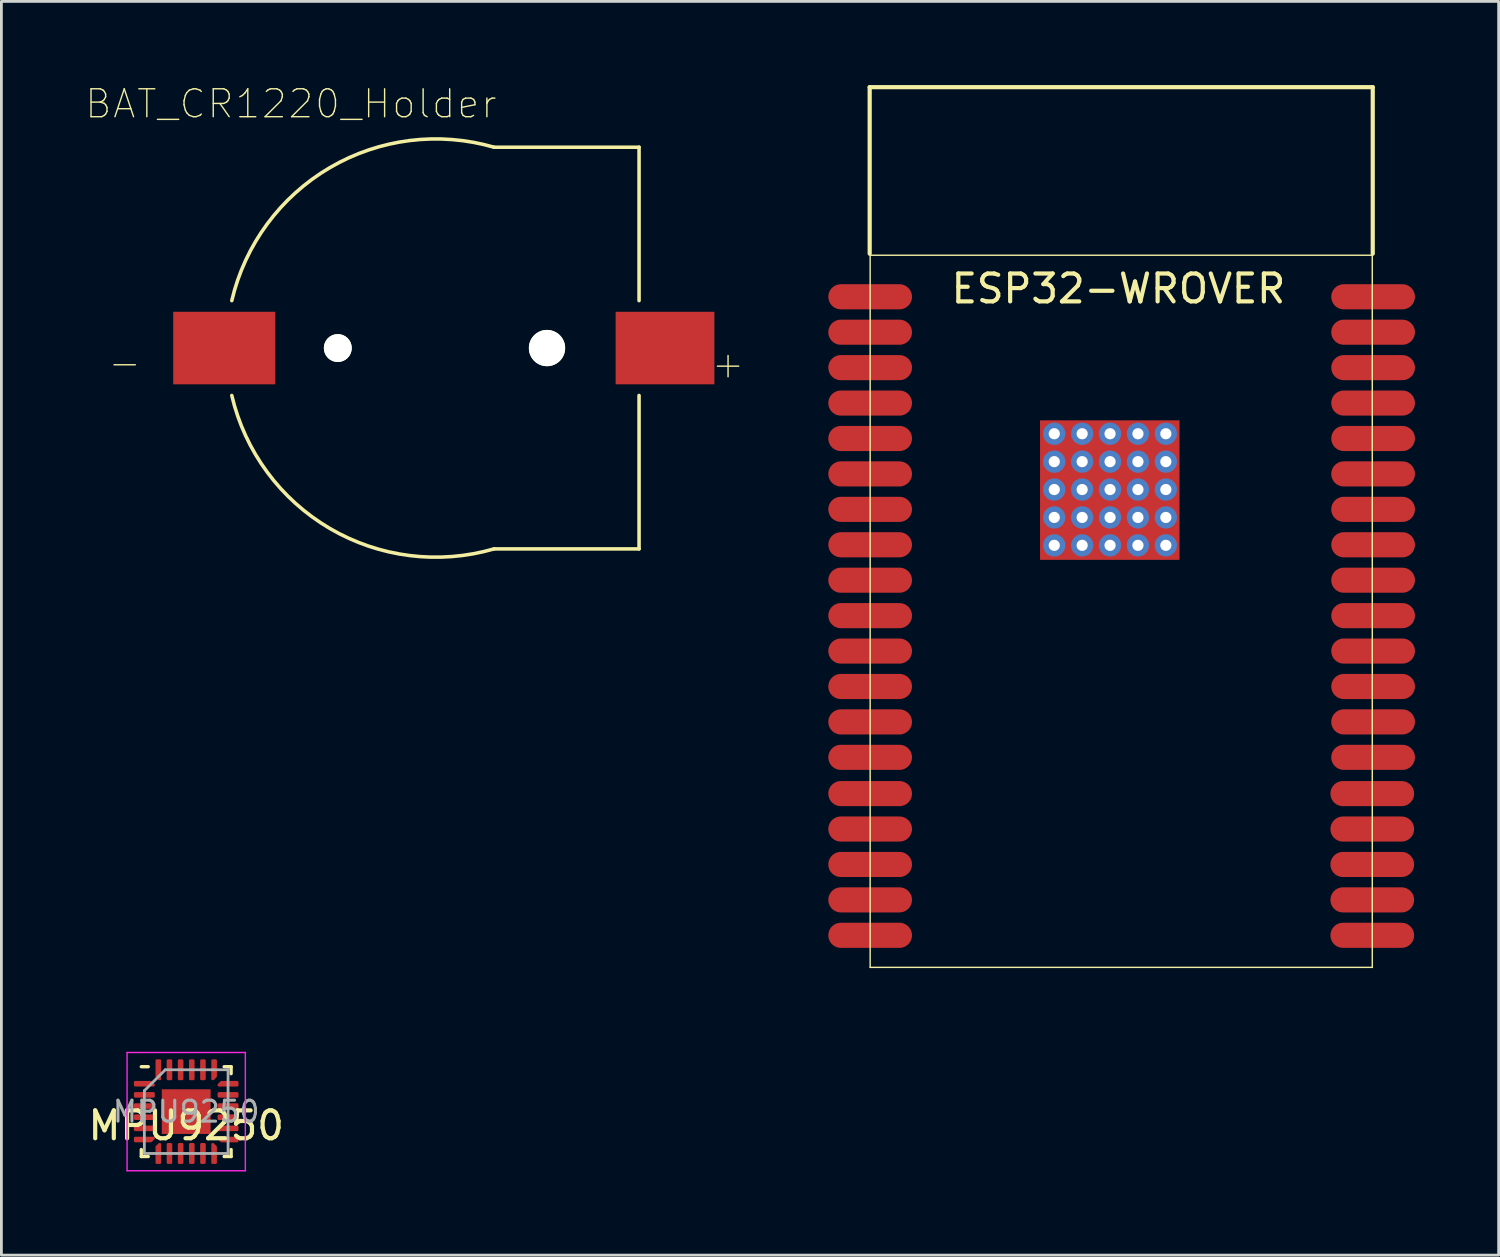
<source format=kicad_pcb>
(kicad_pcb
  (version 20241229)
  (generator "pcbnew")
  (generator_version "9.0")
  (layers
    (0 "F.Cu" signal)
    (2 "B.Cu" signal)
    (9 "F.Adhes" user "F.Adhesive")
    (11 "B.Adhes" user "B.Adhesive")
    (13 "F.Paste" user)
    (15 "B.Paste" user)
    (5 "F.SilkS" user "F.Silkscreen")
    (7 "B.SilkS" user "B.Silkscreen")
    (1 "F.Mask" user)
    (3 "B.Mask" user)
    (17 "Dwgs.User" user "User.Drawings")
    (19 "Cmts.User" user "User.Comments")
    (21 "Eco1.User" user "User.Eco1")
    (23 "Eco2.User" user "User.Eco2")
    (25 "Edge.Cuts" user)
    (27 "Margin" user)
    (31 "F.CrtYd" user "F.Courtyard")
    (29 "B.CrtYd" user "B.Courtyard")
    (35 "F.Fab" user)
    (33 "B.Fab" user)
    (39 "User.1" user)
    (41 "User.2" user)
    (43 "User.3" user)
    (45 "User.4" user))
  (footprint "MPU9250"
    (layer "F.Cu")
    (at 3.625 36.799)
    (property "Reference" "MPU9250" (at 0 0.5 0) (layer "F.SilkS") (effects (font (size 1 1) (thickness 0.15))))
    (attr through_hole)
    (fp_line (start -1.61 1.61) (end -1.61 1.36) (stroke (width 0.12) (type solid)) (layer "F.SilkS"))
    (fp_line (start -1.36 -1.61) (end -1.61 -1.61) (stroke (width 0.12) (type solid)) (layer "F.SilkS"))
    (fp_line (start -1.36 1.61) (end -1.61 1.61) (stroke (width 0.12) (type solid)) (layer "F.SilkS"))
    (fp_line (start 1.36 -1.61) (end 1.61 -1.61) (stroke (width 0.12) (type solid)) (layer "F.SilkS"))
    (fp_line (start 1.36 1.61) (end 1.61 1.61) (stroke (width 0.12) (type solid)) (layer "F.SilkS"))
    (fp_line (start 1.61 -1.61) (end 1.61 -1.36) (stroke (width 0.12) (type solid)) (layer "F.SilkS"))
    (fp_line (start 1.61 1.61) (end 1.61 1.36) (stroke (width 0.12) (type solid)) (layer "F.SilkS"))
    (fp_line (start -2.12 -2.12) (end -2.12 2.12) (stroke (width 0.05) (type solid)) (layer "F.CrtYd"))
    (fp_line (start -2.12 2.12) (end 2.12 2.12) (stroke (width 0.05) (type solid)) (layer "F.CrtYd"))
    (fp_line (start 2.12 -2.12) (end -2.12 -2.12) (stroke (width 0.05) (type solid)) (layer "F.CrtYd"))
    (fp_line (start 2.12 2.12) (end 2.12 -2.12) (stroke (width 0.05) (type solid)) (layer "F.CrtYd"))
    (fp_line (start -1.5 -0.75) (end -0.75 -1.5) (stroke (width 0.1) (type solid)) (layer "F.Fab"))
    (fp_line (start -1.5 1.5) (end -1.5 -0.75) (stroke (width 0.1) (type solid)) (layer "F.Fab"))
    (fp_line (start -0.75 -1.5) (end 1.5 -1.5) (stroke (width 0.1) (type solid)) (layer "F.Fab"))
    (fp_line (start 1.5 -1.5) (end 1.5 1.5) (stroke (width 0.1) (type solid)) (layer "F.Fab"))
    (fp_line (start 1.5 1.5) (end -1.5 1.5) (stroke (width 0.1) (type solid)) (layer "F.Fab"))
    (fp_text user "${REFERENCE}" (at 0 0 0) (layer "F.Fab") (effects (font (size 0.75 0.75) (thickness 0.11))))
    (pad "" smd roundrect (at -0.44 -0.4) (size 0.71 0.64) (layers "F.Paste") (roundrect_rratio 0.25))
    (pad "" smd roundrect (at -0.44 0.4) (size 0.71 0.64) (layers "F.Paste") (roundrect_rratio 0.25))
    (pad "" smd roundrect (at 0.44 -0.4) (size 0.71 0.64) (layers "F.Paste") (roundrect_rratio 0.25))
    (pad "" smd roundrect (at 0.44 0.4) (size 0.71 0.64) (layers "F.Paste") (roundrect_rratio 0.25))
    (pad "1" smd custom (at -1.5 -1) (size 0.115 0.115) (layers "F.Cu" "F.Mask" "F.Paste") (options (anchor circle)) (primitives (gr_poly (pts (xy -0.335 -0.06) (xy 0.238 -0.06) (xy 0.335 0.037) (xy 0.335 0.06) (xy -0.335 0.06)) (width 0.08) (fill yes))))
    (pad "2" smd roundrect (at -1.5 -0.6) (size 0.75 0.2) (layers "F.Cu" "F.Mask" "F.Paste") (roundrect_rratio 0.25))
    (pad "3" smd roundrect (at -1.5 -0.2) (size 0.75 0.2) (layers "F.Cu" "F.Mask" "F.Paste") (roundrect_rratio 0.25))
    (pad "4" smd roundrect (at -1.5 0.2) (size 0.75 0.2) (layers "F.Cu" "F.Mask" "F.Paste") (roundrect_rratio 0.25))
    (pad "5" smd roundrect (at -1.5 0.6) (size 0.75 0.2) (layers "F.Cu" "F.Mask" "F.Paste") (roundrect_rratio 0.25))
    (pad "6" smd custom (at -1.5 1) (size 0.115 0.115) (layers "F.Cu" "F.Mask" "F.Paste") (options (anchor circle)) (primitives (gr_poly (pts (xy -0.335 -0.06) (xy 0.335 -0.06) (xy 0.335 -0.037) (xy 0.238 0.06) (xy -0.335 0.06)) (width 0.08) (fill yes))))
    (pad "7" smd custom (at -1 1.5) (size 0.115 0.115) (layers "F.Cu" "F.Mask" "F.Paste") (options (anchor circle)) (primitives (gr_poly (pts (xy -0.06 -0.238) (xy 0.037 -0.335) (xy 0.06 -0.335) (xy 0.06 0.335) (xy -0.06 0.335)) (width 0.08) (fill yes))))
    (pad "8" smd roundrect (at -0.6 1.5) (size 0.2 0.75) (layers "F.Cu" "F.Mask" "F.Paste") (roundrect_rratio 0.25))
    (pad "9" smd roundrect (at -0.2 1.5) (size 0.2 0.75) (layers "F.Cu" "F.Mask" "F.Paste") (roundrect_rratio 0.25))
    (pad "10" smd roundrect (at 0.2 1.5) (size 0.2 0.75) (layers "F.Cu" "F.Mask" "F.Paste") (roundrect_rratio 0.25))
    (pad "11" smd roundrect (at 0.6 1.5) (size 0.2 0.75) (layers "F.Cu" "F.Mask" "F.Paste") (roundrect_rratio 0.25))
    (pad "12" smd custom (at 1 1.5) (size 0.115 0.115) (layers "F.Cu" "F.Mask" "F.Paste") (options (anchor circle)) (primitives (gr_poly (pts (xy -0.06 -0.335) (xy -0.037 -0.335) (xy 0.06 -0.238) (xy 0.06 0.335) (xy -0.06 0.335)) (width 0.08) (fill yes))))
    (pad "13" smd custom (at 1.5 1) (size 0.115 0.115) (layers "F.Cu" "F.Mask" "F.Paste") (options (anchor circle)) (primitives (gr_poly (pts (xy -0.335 -0.06) (xy 0.335 -0.06) (xy 0.335 0.06) (xy -0.238 0.06) (xy -0.335 -0.037)) (width 0.08) (fill yes))))
    (pad "14" smd roundrect (at 1.5 0.6) (size 0.75 0.2) (layers "F.Cu" "F.Mask" "F.Paste") (roundrect_rratio 0.25))
    (pad "15" smd roundrect (at 1.5 0.2) (size 0.75 0.2) (layers "F.Cu" "F.Mask" "F.Paste") (roundrect_rratio 0.25))
    (pad "16" smd roundrect (at 1.5 -0.2) (size 0.75 0.2) (layers "F.Cu" "F.Mask" "F.Paste") (roundrect_rratio 0.25))
    (pad "17" smd roundrect (at 1.5 -0.6) (size 0.75 0.2) (layers "F.Cu" "F.Mask" "F.Paste") (roundrect_rratio 0.25))
    (pad "18" smd custom (at 1.5 -1) (size 0.115 0.115) (layers "F.Cu" "F.Mask" "F.Paste") (options (anchor circle)) (primitives (gr_poly (pts (xy -0.335 0.037) (xy -0.238 -0.06) (xy 0.335 -0.06) (xy 0.335 0.06) (xy -0.335 0.06)) (width 0.08) (fill yes))))
    (pad "19" smd custom (at 1 -1.5) (size 0.115 0.115) (layers "F.Cu" "F.Mask" "F.Paste") (options (anchor circle)) (primitives (gr_poly (pts (xy -0.06 -0.335) (xy 0.06 -0.335) (xy 0.06 0.238) (xy -0.037 0.335) (xy -0.06 0.335)) (width 0.08) (fill yes))))
    (pad "20" smd roundrect (at 0.6 -1.5) (size 0.2 0.75) (layers "F.Cu" "F.Mask" "F.Paste") (roundrect_rratio 0.25))
    (pad "21" smd roundrect (at 0.2 -1.5) (size 0.2 0.75) (layers "F.Cu" "F.Mask" "F.Paste") (roundrect_rratio 0.25))
    (pad "22" smd roundrect (at -0.2 -1.5) (size 0.2 0.75) (layers "F.Cu" "F.Mask" "F.Paste") (roundrect_rratio 0.25))
    (pad "23" smd roundrect (at -0.6 -1.5) (size 0.2 0.75) (layers "F.Cu" "F.Mask" "F.Paste") (roundrect_rratio 0.25))
    (pad "24" smd custom (at -1 -1.5) (size 0.115 0.115) (layers "F.Cu" "F.Mask" "F.Paste") (options (anchor circle)) (primitives (gr_poly (pts (xy -0.06 -0.335) (xy 0.06 -0.335) (xy 0.06 0.335) (xy 0.037 0.335) (xy -0.06 0.238)) (width 0.08) (fill yes))))
    (pad "GND" smd rect (at 0 0) (size 1.75 1.6) (layers "F.Cu" "F.Mask")))
  (footprint "ESP32-WROVER"
    (layer "F.Cu")
    (at 37.143 6.679)
    (property "Reference" "ESP32-WROVER" (at -0.1 0.62 0) (layer "F.SilkS") (effects (font (size 1 1) (thickness 0.15))))
    (attr smd)
    (fp_line (start -9.017 -0.635) (end -9.017 -6.604) (stroke (width 0.15) (type solid)) (layer "F.SilkS"))
    (fp_line (start -9 -0.58) (end 9 -0.58) (stroke (width 0.05) (type solid)) (layer "F.SilkS"))
    (fp_line (start -9 24.95) (end -9 -0.58) (stroke (width 0.05) (type solid)) (layer "F.SilkS"))
    (fp_line (start 9 -0.58) (end 9 24.95) (stroke (width 0.05) (type solid)) (layer "F.SilkS"))
    (fp_line (start 9 24.95) (end -9 24.95) (stroke (width 0.05) (type solid)) (layer "F.SilkS"))
    (fp_line (start 9.017 -6.604) (end -9.017 -6.604) (stroke (width 0.15) (type solid)) (layer "F.SilkS"))
    (fp_line (start 9.017 -0.635) (end 9.017 -6.604) (stroke (width 0.15) (type solid)) (layer "F.SilkS"))
    (pad "1" smd oval (at -9 0.91) (size 3 0.9) (layers "F.Cu" "F.Mask" "F.Paste"))
    (pad "2" smd oval (at -9 2.18) (size 3 0.9) (layers "F.Cu" "F.Mask" "F.Paste"))
    (pad "3" smd oval (at -9 3.45) (size 3 0.9) (layers "F.Cu" "F.Mask" "F.Paste"))
    (pad "4" smd oval (at -9 4.72) (size 3 0.9) (layers "F.Cu" "F.Mask" "F.Paste"))
    (pad "5" smd oval (at -9 5.99) (size 3 0.9) (layers "F.Cu" "F.Mask" "F.Paste"))
    (pad "6" smd oval (at -9 7.26) (size 3 0.9) (layers "F.Cu" "F.Mask" "F.Paste"))
    (pad "7" smd oval (at -9 8.53) (size 3 0.9) (layers "F.Cu" "F.Mask" "F.Paste"))
    (pad "8" smd oval (at -9 9.8) (size 3 0.9) (layers "F.Cu" "F.Mask" "F.Paste"))
    (pad "9" smd oval (at -9 11.07) (size 3 0.9) (layers "F.Cu" "F.Mask" "F.Paste"))
    (pad "10" smd oval (at -9 12.34) (size 3 0.9) (layers "F.Cu" "F.Mask" "F.Paste"))
    (pad "11" smd oval (at -9 13.61) (size 3 0.9) (layers "F.Cu" "F.Mask" "F.Paste"))
    (pad "12" smd oval (at -9 14.88) (size 3 0.9) (layers "F.Cu" "F.Mask" "F.Paste"))
    (pad "13" smd oval (at -9 16.15) (size 3 0.9) (layers "F.Cu" "F.Mask" "F.Paste"))
    (pad "14" smd oval (at -9 17.42) (size 3 0.9) (layers "F.Cu" "F.Mask" "F.Paste"))
    (pad "15" smd oval (at -9 18.72) (size 3 0.9) (layers "F.Cu" "F.Mask" "F.Paste"))
    (pad "16" smd oval (at -9 19.99) (size 3 0.9) (layers "F.Cu" "F.Mask" "F.Paste"))
    (pad "17" smd oval (at -9 21.26) (size 3 0.9) (layers "F.Cu" "F.Mask" "F.Paste"))
    (pad "18" smd oval (at -9 22.53) (size 3 0.9) (layers "F.Cu" "F.Mask" "F.Paste"))
    (pad "19" smd oval (at -9 23.8) (size 3 0.9) (layers "F.Cu" "F.Mask" "F.Paste"))
    (pad "20" smd oval (at 9 23.8) (size 3 0.9) (layers "F.Cu" "F.Mask" "F.Paste"))
    (pad "21" smd oval (at 9 22.53) (size 3 0.9) (layers "F.Cu" "F.Mask" "F.Paste"))
    (pad "22" smd oval (at 9 21.26) (size 3 0.9) (layers "F.Cu" "F.Mask" "F.Paste"))
    (pad "23" smd oval (at 9 19.99) (size 3 0.9) (layers "F.Cu" "F.Mask" "F.Paste"))
    (pad "24" smd oval (at 9 18.72) (size 3 0.9) (layers "F.Cu" "F.Mask" "F.Paste"))
    (pad "25" smd oval (at 9.03 17.42) (size 3 0.9) (layers "F.Cu" "F.Mask" "F.Paste"))
    (pad "26" smd oval (at 9.03 16.15) (size 3 0.9) (layers "F.Cu" "F.Mask" "F.Paste"))
    (pad "27" smd oval (at 9.03 14.88) (size 3 0.9) (layers "F.Cu" "F.Mask" "F.Paste"))
    (pad "28" smd oval (at 9.03 13.61) (size 3 0.9) (layers "F.Cu" "F.Mask" "F.Paste"))
    (pad "29" smd oval (at 9.03 12.34) (size 3 0.9) (layers "F.Cu" "F.Mask" "F.Paste"))
    (pad "30" smd oval (at 9.03 11.07) (size 3 0.9) (layers "F.Cu" "F.Mask" "F.Paste"))
    (pad "31" smd oval (at 9.03 9.8) (size 3 0.9) (layers "F.Cu" "F.Mask" "F.Paste"))
    (pad "32" smd oval (at 9.03 8.53) (size 3 0.9) (layers "F.Cu" "F.Mask" "F.Paste"))
    (pad "33" smd oval (at 9.03 7.26) (size 3 0.9) (layers "F.Cu" "F.Mask" "F.Paste"))
    (pad "34" smd oval (at 9.03 5.99) (size 3 0.9) (layers "F.Cu" "F.Mask" "F.Paste"))
    (pad "35" smd oval (at 9.03 4.72) (size 3 0.9) (layers "F.Cu" "F.Mask" "F.Paste"))
    (pad "36" smd oval (at 9.03 3.45) (size 3 0.9) (layers "F.Cu" "F.Mask" "F.Paste"))
    (pad "37" smd oval (at 9.03 2.18) (size 3 0.9) (layers "F.Cu" "F.Mask" "F.Paste"))
    (pad "38" smd oval (at 9.03 0.91) (size 3 0.9) (layers "F.Cu" "F.Mask" "F.Paste"))
    (pad "39" thru_hole circle (at -2.4 5.82) (size 0.8 0.8) (drill 0.4) (layers "*.Cu" "*.Mask"))
    (pad "39" thru_hole circle (at -2.4 6.82) (size 0.8 0.8) (drill 0.4) (layers "*.Cu" "*.Mask"))
    (pad "39" thru_hole circle (at -2.4 7.82) (size 0.8 0.8) (drill 0.4) (layers "*.Cu" "*.Mask"))
    (pad "39" thru_hole circle (at -2.4 8.82) (size 0.8 0.8) (drill 0.4) (layers "*.Cu" "*.Mask"))
    (pad "39" thru_hole circle (at -2.4 9.82) (size 0.8 0.8) (drill 0.4) (layers "*.Cu" "*.Mask"))
    (pad "39" thru_hole circle (at -1.4 5.82) (size 0.8 0.8) (drill 0.4) (layers "*.Cu" "*.Mask"))
    (pad "39" thru_hole circle (at -1.4 6.82) (size 0.8 0.8) (drill 0.4) (layers "*.Cu" "*.Mask"))
    (pad "39" thru_hole circle (at -1.4 7.82) (size 0.8 0.8) (drill 0.4) (layers "*.Cu" "*.Mask"))
    (pad "39" thru_hole circle (at -1.4 8.82) (size 0.8 0.8) (drill 0.4) (layers "*.Cu" "*.Mask"))
    (pad "39" thru_hole circle (at -1.4 9.82) (size 0.8 0.8) (drill 0.4) (layers "*.Cu" "*.Mask"))
    (pad "39" smd rect (at -0.41 7.84) (size 5 5) (layers "F.Cu" "F.Mask" "F.Paste"))
    (pad "39" thru_hole circle (at -0.4 5.82) (size 0.8 0.8) (drill 0.4) (layers "*.Cu" "*.Mask"))
    (pad "39" thru_hole circle (at -0.4 6.82) (size 0.8 0.8) (drill 0.4) (layers "*.Cu" "*.Mask"))
    (pad "39" thru_hole circle (at -0.4 7.82) (size 0.8 0.8) (drill 0.4) (layers "*.Cu" "*.Mask"))
    (pad "39" thru_hole circle (at -0.4 8.82) (size 0.8 0.8) (drill 0.4) (layers "*.Cu" "*.Mask"))
    (pad "39" thru_hole circle (at -0.4 9.82) (size 0.8 0.8) (drill 0.4) (layers "*.Cu" "*.Mask"))
    (pad "39" thru_hole circle (at 0.6 5.82) (size 0.8 0.8) (drill 0.4) (layers "*.Cu" "*.Mask"))
    (pad "39" thru_hole circle (at 0.6 6.82) (size 0.8 0.8) (drill 0.4) (layers "*.Cu" "*.Mask"))
    (pad "39" thru_hole circle (at 0.6 7.82) (size 0.8 0.8) (drill 0.4) (layers "*.Cu" "*.Mask"))
    (pad "39" thru_hole circle (at 0.6 8.82) (size 0.8 0.8) (drill 0.4) (layers "*.Cu" "*.Mask"))
    (pad "39" thru_hole circle (at 0.6 9.82) (size 0.8 0.8) (drill 0.4) (layers "*.Cu" "*.Mask"))
    (pad "39" thru_hole circle (at 1.6 5.82) (size 0.8 0.8) (drill 0.4) (layers "*.Cu" "*.Mask"))
    (pad "39" thru_hole circle (at 1.6 6.82) (size 0.8 0.8) (drill 0.4) (layers "*.Cu" "*.Mask"))
    (pad "39" thru_hole circle (at 1.6 7.82) (size 0.8 0.8) (drill 0.4) (layers "*.Cu" "*.Mask"))
    (pad "39" thru_hole circle (at 1.6 8.82) (size 0.8 0.8) (drill 0.4) (layers "*.Cu" "*.Mask"))
    (pad "39" thru_hole circle (at 1.6 9.82) (size 0.8 0.8) (drill 0.4) (layers "*.Cu" "*.Mask")))
  (footprint "BAT_CR1220_Holder"
    (layer "F.Cu")
    (at 12.559 9.427)
    (property "Reference" "BAT_CR1220_Holder" (at -5.179 -8.754 0) (layer "F.SilkS") (effects (font (size 1 1) (thickness 0.05))))
    (attr smd)
    (fp_line (start 2.1 -7.2) (end 7.3 -7.2) (stroke (width 0.127) (type solid)) (layer "F.SilkS"))
    (fp_line (start 2.1 7.2) (end 7.3 7.2) (stroke (width 0.127) (type solid)) (layer "F.SilkS"))
    (fp_line (start 7.3 -1.7) (end 7.3 -7.2) (stroke (width 0.127) (type solid)) (layer "F.SilkS"))
    (fp_line (start 7.3 1.7) (end 7.3 7.2) (stroke (width 0.127) (type solid)) (layer "F.SilkS"))
    (fp_arc (start -7.3 -1.699999) (mid -3.781493 -6.469279) (end 2.1 -7.2) (stroke (width 0.127) (type solid)) (layer "F.SilkS"))
    (fp_arc (start 2.100001 7.2) (mid -3.781493 6.46928) (end -7.3 1.7) (stroke (width 0.127) (type solid)) (layer "F.SilkS"))
    (fp_line (start -9.65 -1.55) (end -7.75 -1.55) (stroke (width 0.05) (type solid)) (layer "Eco1.User"))
    (fp_line (start -9.65 1.55) (end -9.65 -1.55) (stroke (width 0.05) (type solid)) (layer "Eco1.User"))
    (fp_line (start -7.75 -7.75) (end 7.75 -7.75) (stroke (width 0.05) (type solid)) (layer "Eco1.User"))
    (fp_line (start -7.75 -1.55) (end -7.75 -7.75) (stroke (width 0.05) (type solid)) (layer "Eco1.User"))
    (fp_line (start -7.75 1.55) (end -9.65 1.55) (stroke (width 0.05) (type solid)) (layer "Eco1.User"))
    (fp_line (start -7.75 7.75) (end -7.75 1.55) (stroke (width 0.05) (type solid)) (layer "Eco1.User"))
    (fp_line (start 7.75 -7.75) (end 7.75 -1.55) (stroke (width 0.05) (type solid)) (layer "Eco1.User"))
    (fp_line (start 7.75 -1.55) (end 10.25 -1.55) (stroke (width 0.05) (type solid)) (layer "Eco1.User"))
    (fp_line (start 7.75 1.55) (end 7.75 7.75) (stroke (width 0.05) (type solid)) (layer "Eco1.User"))
    (fp_line (start 7.75 7.75) (end -7.75 7.75) (stroke (width 0.05) (type solid)) (layer "Eco1.User"))
    (fp_line (start 10.25 -1.55) (end 10.25 1.55) (stroke (width 0.05) (type solid)) (layer "Eco1.User"))
    (fp_line (start 10.25 1.55) (end 7.75 1.55) (stroke (width 0.05) (type solid)) (layer "Eco1.User"))
    (fp_circle (center 0 0) (end 7.5 0) (stroke (width 0.127) (type solid)) (fill no) (layer "Eco2.User"))
    (fp_circle (center 0.01 0) (end 6.51 0) (stroke (width 0.127) (type solid)) (fill no) (layer "Eco2.User"))
    (fp_text user "-" (at -11.14 0.52 0) (layer "F.SilkS") (effects (font (size 1 1) (thickness 0.05))))
    (fp_text user "+" (at 10.49 0.57 0) (layer "F.SilkS") (effects (font (size 1 1) (thickness 0.05))))
    (pad "" np_thru_hole circle (at -3.5 0) (size 1 1) (drill 1) (layers "*.Cu" "*.Mask" "F.SilkS"))
    (pad "" np_thru_hole circle (at 4 0) (size 1.3 1.3) (drill 1.3) (layers "*.Cu" "*.Mask" "F.SilkS"))
    (pad "1" smd rect (at 8.23 0) (size 3.54 2.6) (layers "F.Cu" "F.Mask" "F.Paste"))
    (pad "2" smd rect (at -7.57 0) (size 3.66 2.6) (layers "F.Cu" "F.Mask" "F.Paste")))
  (gr_rect
    (start -3 -3)
    (end 50.673 41.944)
    (stroke (width 0.1) (type default))
    (fill no)
    (layer "Edge.Cuts")))
</source>
